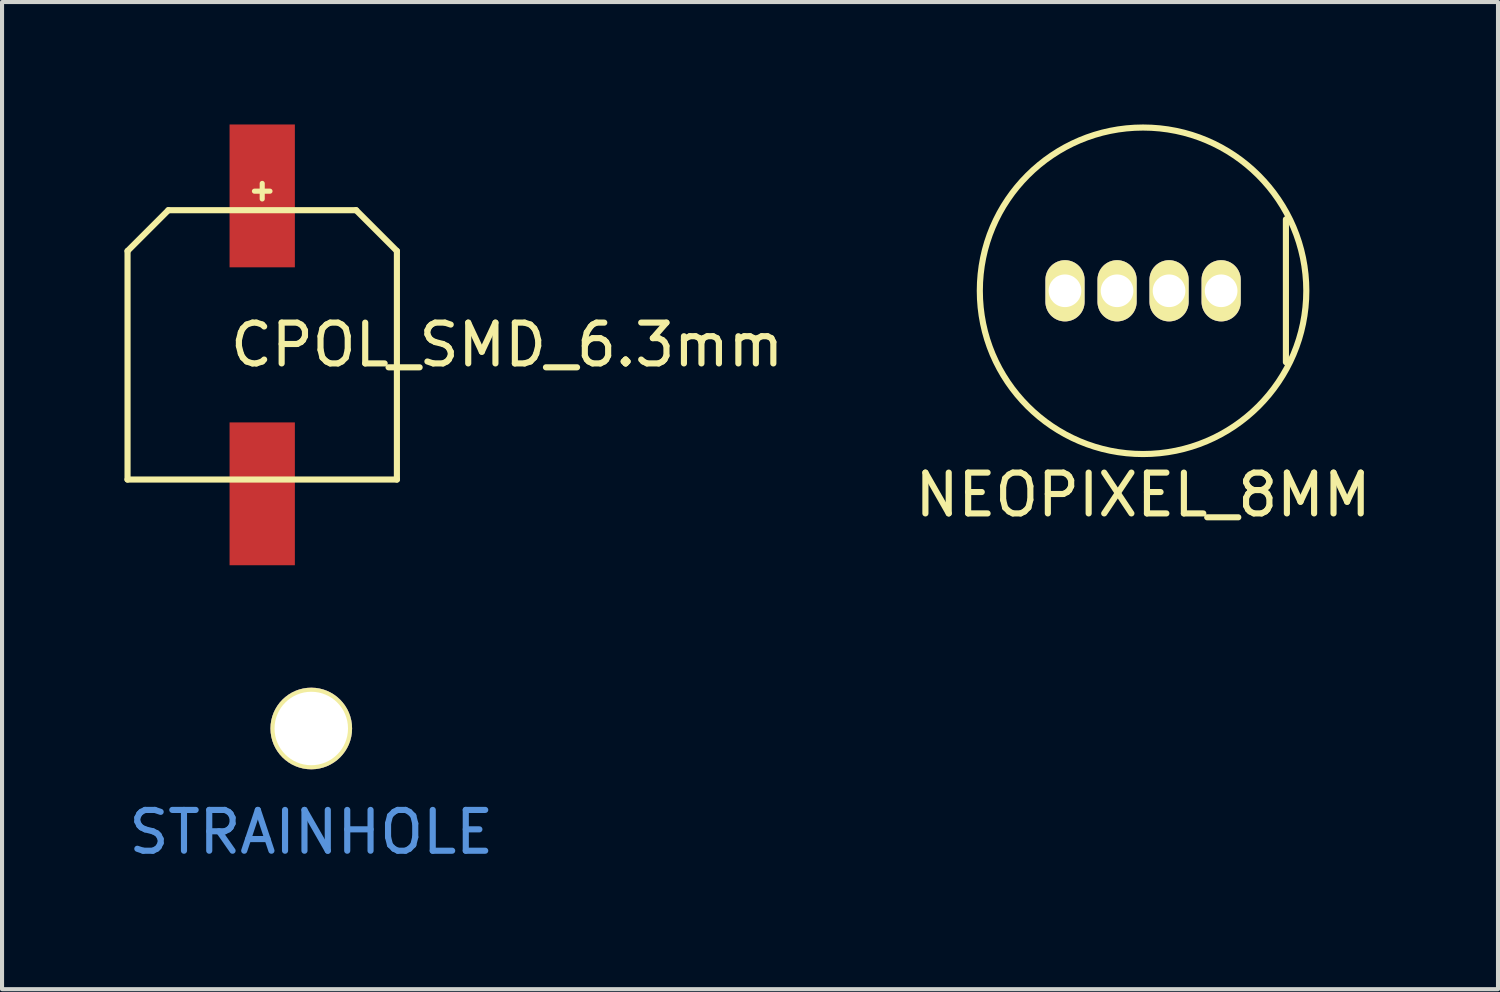
<source format=kicad_pcb>
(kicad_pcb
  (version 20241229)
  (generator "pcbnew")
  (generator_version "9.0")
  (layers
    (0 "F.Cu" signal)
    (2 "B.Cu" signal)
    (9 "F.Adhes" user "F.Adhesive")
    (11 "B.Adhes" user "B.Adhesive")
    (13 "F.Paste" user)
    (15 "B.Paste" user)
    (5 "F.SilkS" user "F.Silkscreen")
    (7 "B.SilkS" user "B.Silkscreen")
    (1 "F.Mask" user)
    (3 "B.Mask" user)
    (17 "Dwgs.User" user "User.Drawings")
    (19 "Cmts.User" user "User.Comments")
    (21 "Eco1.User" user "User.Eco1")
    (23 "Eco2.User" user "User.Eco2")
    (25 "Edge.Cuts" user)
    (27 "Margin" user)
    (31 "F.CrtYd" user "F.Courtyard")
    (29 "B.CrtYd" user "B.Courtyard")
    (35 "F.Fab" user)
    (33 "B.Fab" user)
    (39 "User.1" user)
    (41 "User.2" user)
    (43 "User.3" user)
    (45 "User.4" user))
  (footprint "NEOPIXEL_8MM"
    (layer "F.Cu")
    (at 24.958 4.075)
    (property "Reference" "NEOPIXEL_8MM" (at 0 5 0) (layer "F.SilkS") (effects (font (size 1 1) (thickness 0.15))))
    (attr through_hole)
    (fp_line (start 3.5 -1.75) (end 3.5 1.75) (stroke (width 0.15) (type solid)) (layer "F.SilkS"))
    (fp_circle (center 0 0) (end 0 -4) (stroke (width 0.15) (type solid)) (fill no) (layer "F.SilkS"))
    (pad "1" thru_hole oval (at -1.913 0) (size 0.96 1.5) (drill 0.8) (layers "*.Cu" "*.Mask" "F.SilkS"))
    (pad "2" thru_hole oval (at -0.637 0) (size 0.96 1.5) (drill 0.8) (layers "*.Cu" "*.Mask" "F.SilkS"))
    (pad "3" thru_hole oval (at 0.637 0) (size 0.96 1.5) (drill 0.8) (layers "*.Cu" "*.Mask" "F.SilkS"))
    (pad "4" thru_hole oval (at 1.913 0) (size 0.96 1.5) (drill 0.8) (layers "*.Cu" "*.Mask" "F.SilkS")))
  (footprint "CPOL_SMD_6.3mm"
    (layer "F.Cu")
    (at 3.375 5.4)
    (property "Reference" "CPOL_SMD_6.3mm" (at 6 0 0) (layer "F.SilkS") (effects (font (size 1 1) (thickness 0.15))))
    (attr through_hole)
    (fp_line (start -3.3 -2.3) (end -3.3 3.3) (stroke (width 0.15) (type solid)) (layer "F.SilkS"))
    (fp_line (start -3.3 3.3) (end 3.3 3.3) (stroke (width 0.15) (type solid)) (layer "F.SilkS"))
    (fp_line (start -2.3 -3.3) (end -3.3 -2.3) (stroke (width 0.15) (type solid)) (layer "F.SilkS"))
    (fp_line (start 2.3 -3.3) (end -2.3 -3.3) (stroke (width 0.15) (type solid)) (layer "F.SilkS"))
    (fp_line (start 3.3 -2.3) (end 2.3 -3.3) (stroke (width 0.15) (type solid)) (layer "F.SilkS"))
    (fp_line (start 3.3 3.3) (end 3.3 -2.3) (stroke (width 0.15) (type solid)) (layer "F.SilkS"))
    (fp_text user "+" (at 0 -3.8 0) (layer "F.SilkS") (effects (font (size 0.5 0.5) (thickness 0.125))))
    (pad "1" smd rect (at 0 -3.65) (size 1.6 3.5) (layers "F.Cu" "F.Mask" "F.Paste"))
    (pad "2" smd rect (at 0 3.65) (size 1.6 3.5) (layers "F.Cu" "F.Mask" "F.Paste")))
  (footprint "STRAINHOLE"
    (layer "F.Cu")
    (at 4.577 14.8)
    (property "Reference" "STRAINHOLE" (at 0 2.54 0) (layer "Cmts.User") (effects (font (size 1 1) (thickness 0.15))))
    (attr through_hole)
    (pad "1" thru_hole circle (at 0 0) (size 2 2) (drill 1.8) (layers "*.Cu" "*.Mask" "F.SilkS")))
  (gr_rect
    (start -3 -3)
    (end 33.655 21.188)
    (stroke (width 0.1) (type default))
    (fill no)
    (layer "Edge.Cuts")))
</source>
